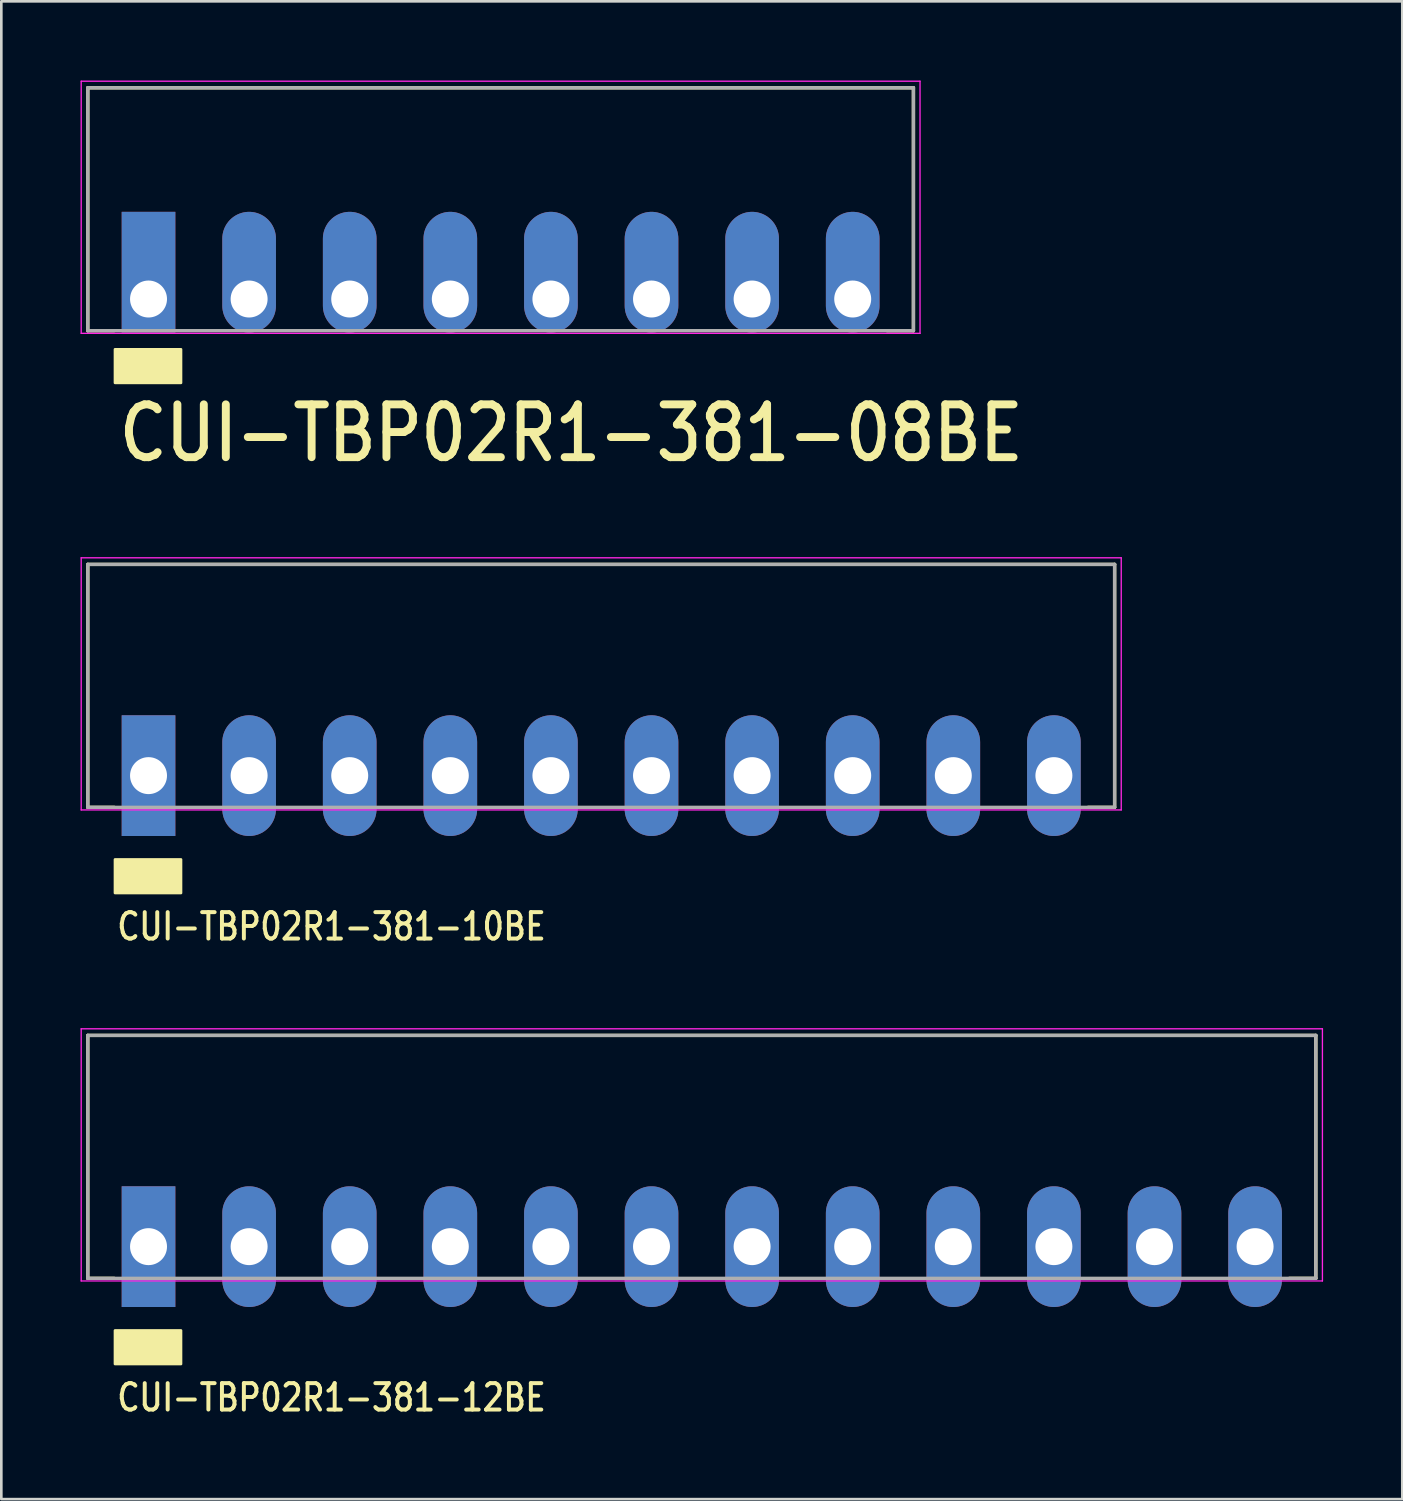
<source format=kicad_pcb>
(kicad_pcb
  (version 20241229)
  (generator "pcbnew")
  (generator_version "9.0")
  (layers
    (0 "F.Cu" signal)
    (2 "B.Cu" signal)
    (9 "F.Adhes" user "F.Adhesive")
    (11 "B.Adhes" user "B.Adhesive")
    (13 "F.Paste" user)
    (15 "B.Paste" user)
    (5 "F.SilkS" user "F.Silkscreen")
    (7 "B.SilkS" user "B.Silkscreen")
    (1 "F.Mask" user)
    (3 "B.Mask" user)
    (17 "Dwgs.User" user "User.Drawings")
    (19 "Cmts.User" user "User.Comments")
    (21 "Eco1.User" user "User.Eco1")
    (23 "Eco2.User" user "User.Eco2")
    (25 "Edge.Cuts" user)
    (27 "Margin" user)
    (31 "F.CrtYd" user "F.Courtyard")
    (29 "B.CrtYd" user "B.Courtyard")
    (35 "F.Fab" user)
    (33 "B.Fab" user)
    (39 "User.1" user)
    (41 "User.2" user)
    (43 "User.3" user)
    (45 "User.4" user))
  (footprint "CUI-TBP02R1-381-08BE"
    (layer "F.Cu")
    (at 2.575 8.275)
    (property "Reference" "CUI-TBP02R1-381-08BE" (at -1.27 5.08 0) (layer "F.SilkS") (effects (font (size 2 1.75) (thickness 0.3)) (justify left)))
    (attr through_hole)
    (fp_line (start -2.3 -8) (end 28.97 -8) (stroke (width 0.127) (type solid)) (layer "F.SilkS"))
    (fp_line (start -2.3 1.2) (end -2.3 -8) (stroke (width 0.127) (type solid)) (layer "F.SilkS"))
    (fp_line (start -2.3 1.2) (end -1.3 1.2) (stroke (width 0.127) (type solid)) (layer "F.SilkS"))
    (fp_line (start 28.97 -8) (end 28.97 1.2) (stroke (width 0.127) (type solid)) (layer "F.SilkS"))
    (fp_line (start 28.97 1.2) (end 27.97 1.2) (stroke (width 0.127) (type solid)) (layer "F.SilkS"))
    (fp_poly (pts (xy 1.23 3.175) (xy 1.23 1.905) (xy -1.27 1.905) (xy -1.27 3.175)) (stroke (width 0.1) (type solid)) (fill yes) (layer "F.SilkS"))
    (fp_line (start -2.55 -8.25) (end 29.22 -8.25) (stroke (width 0.05) (type solid)) (layer "F.CrtYd"))
    (fp_line (start -2.55 1.3) (end -2.55 -8.25) (stroke (width 0.05) (type solid)) (layer "F.CrtYd"))
    (fp_line (start 29.22 -8.25) (end 29.22 1.3) (stroke (width 0.05) (type solid)) (layer "F.CrtYd"))
    (fp_line (start 29.22 1.3) (end -2.55 1.3) (stroke (width 0.05) (type solid)) (layer "F.CrtYd"))
    (fp_line (start -2.3 -8) (end 28.97 -8) (stroke (width 0.127) (type solid)) (layer "F.Fab"))
    (fp_line (start -2.3 1.2) (end -2.3 -8) (stroke (width 0.127) (type solid)) (layer "F.Fab"))
    (fp_line (start 28.97 -8) (end 28.97 1.2) (stroke (width 0.127) (type solid)) (layer "F.Fab"))
    (fp_line (start 28.97 1.2) (end -2.3 1.2) (stroke (width 0.127) (type solid)) (layer "F.Fab"))
    (pad "1" thru_hole rect (at 0 0) (size 2.032 4.572) (drill 1.4 (offset 0 -1.016)) (layers "*.Cu" "*.Mask"))
    (pad "2" thru_hole oval (at 3.81 0) (size 2.032 4.572) (drill 1.4 (offset 0 -1.016)) (layers "*.Cu" "*.Mask"))
    (pad "3" thru_hole oval (at 7.62 0) (size 2.032 4.572) (drill 1.4 (offset 0 -1.016)) (layers "*.Cu" "*.Mask"))
    (pad "4" thru_hole oval (at 11.43 0) (size 2.032 4.572) (drill 1.4 (offset 0 -1.016)) (layers "*.Cu" "*.Mask"))
    (pad "5" thru_hole oval (at 15.24 0) (size 2.032 4.572) (drill 1.4 (offset 0 -1.016)) (layers "*.Cu" "*.Mask"))
    (pad "6" thru_hole oval (at 19.05 0) (size 2.032 4.572) (drill 1.4 (offset 0 -1.016)) (layers "*.Cu" "*.Mask"))
    (pad "7" thru_hole oval (at 22.86 0) (size 2.032 4.572) (drill 1.4 (offset 0 -1.016)) (layers "*.Cu" "*.Mask"))
    (pad "8" thru_hole oval (at 26.67 0) (size 2.032 4.572) (drill 1.4 (offset 0 -1.016)) (layers "*.Cu" "*.Mask")))
  (footprint "CUI-TBP02R1-381-10BE"
    (layer "F.Cu")
    (at 2.575 26.326)
    (property "Reference" "CUI-TBP02R1-381-10BE" (at -1.27 5.715 0) (layer "F.SilkS") (effects (font (size 1 0.83) (thickness 0.15)) (justify left)))
    (attr through_hole)
    (fp_line (start -2.3 -8) (end 36.59 -8) (stroke (width 0.127) (type solid)) (layer "F.SilkS"))
    (fp_line (start -2.3 1.2) (end -2.3 -8) (stroke (width 0.127) (type solid)) (layer "F.SilkS"))
    (fp_line (start -2.3 1.2) (end -1.3 1.2) (stroke (width 0.127) (type solid)) (layer "F.SilkS"))
    (fp_line (start 36.59 -8) (end 36.59 1.2) (stroke (width 0.127) (type solid)) (layer "F.SilkS"))
    (fp_line (start 36.59 1.2) (end 35.59 1.2) (stroke (width 0.127) (type solid)) (layer "F.SilkS"))
    (fp_poly (pts (xy 1.23 4.445) (xy 1.23 3.175) (xy -1.27 3.175) (xy -1.27 4.445)) (stroke (width 0.1) (type solid)) (fill yes) (layer "F.SilkS"))
    (fp_line (start -2.55 -8.25) (end 36.84 -8.25) (stroke (width 0.05) (type solid)) (layer "F.CrtYd"))
    (fp_line (start -2.55 1.3) (end -2.55 -8.25) (stroke (width 0.05) (type solid)) (layer "F.CrtYd"))
    (fp_line (start 36.84 -8.25) (end 36.84 1.3) (stroke (width 0.05) (type solid)) (layer "F.CrtYd"))
    (fp_line (start 36.84 1.3) (end -2.55 1.3) (stroke (width 0.05) (type solid)) (layer "F.CrtYd"))
    (fp_line (start -2.3 -8) (end 36.59 -8) (stroke (width 0.127) (type solid)) (layer "F.Fab"))
    (fp_line (start -2.3 1.2) (end -2.3 -8) (stroke (width 0.127) (type solid)) (layer "F.Fab"))
    (fp_line (start 36.59 -8) (end 36.59 1.2) (stroke (width 0.127) (type solid)) (layer "F.Fab"))
    (fp_line (start 36.59 1.2) (end -2.3 1.2) (stroke (width 0.127) (type solid)) (layer "F.Fab"))
    (pad "1" thru_hole rect (at 0 0) (size 2.032 4.572) (drill 1.4) (layers "*.Cu" "*.Mask"))
    (pad "2" thru_hole oval (at 3.81 0) (size 2.032 4.572) (drill 1.4) (layers "*.Cu" "*.Mask"))
    (pad "3" thru_hole oval (at 7.62 0) (size 2.032 4.572) (drill 1.4) (layers "*.Cu" "*.Mask"))
    (pad "4" thru_hole oval (at 11.43 0) (size 2.032 4.572) (drill 1.4) (layers "*.Cu" "*.Mask"))
    (pad "5" thru_hole oval (at 15.24 0) (size 2.032 4.572) (drill 1.4) (layers "*.Cu" "*.Mask"))
    (pad "6" thru_hole oval (at 19.05 0) (size 2.032 4.572) (drill 1.4) (layers "*.Cu" "*.Mask"))
    (pad "7" thru_hole oval (at 22.86 0) (size 2.032 4.572) (drill 1.4) (layers "*.Cu" "*.Mask"))
    (pad "8" thru_hole oval (at 26.67 0) (size 2.032 4.572) (drill 1.4) (layers "*.Cu" "*.Mask"))
    (pad "9" thru_hole oval (at 30.48 0) (size 2.032 4.572) (drill 1.4) (layers "*.Cu" "*.Mask"))
    (pad "10" thru_hole oval (at 34.29 0) (size 2.032 4.572) (drill 1.4) (layers "*.Cu" "*.Mask")))
  (footprint "CUI-TBP02R1-381-12BE"
    (layer "F.Cu")
    (at 2.575 44.165)
    (property "Reference" "CUI-TBP02R1-381-12BE" (at -1.27 5.715 0) (layer "F.SilkS") (effects (font (size 1 0.83) (thickness 0.15)) (justify left)))
    (attr through_hole)
    (fp_line (start -2.3 -8) (end 44.21 -8) (stroke (width 0.127) (type solid)) (layer "F.SilkS"))
    (fp_line (start -2.3 1.2) (end -2.3 -8) (stroke (width 0.127) (type solid)) (layer "F.SilkS"))
    (fp_line (start -2.3 1.2) (end -1.3 1.2) (stroke (width 0.127) (type solid)) (layer "F.SilkS"))
    (fp_line (start 44.21 -8) (end 44.21 1.2) (stroke (width 0.127) (type solid)) (layer "F.SilkS"))
    (fp_line (start 44.21 1.2) (end 43.21 1.2) (stroke (width 0.127) (type solid)) (layer "F.SilkS"))
    (fp_poly (pts (xy 1.23 4.445) (xy 1.23 3.175) (xy -1.27 3.175) (xy -1.27 4.445)) (stroke (width 0.1) (type solid)) (fill yes) (layer "F.SilkS"))
    (fp_line (start -2.55 -8.25) (end 44.46 -8.25) (stroke (width 0.05) (type solid)) (layer "F.CrtYd"))
    (fp_line (start -2.55 1.3) (end -2.55 -8.25) (stroke (width 0.05) (type solid)) (layer "F.CrtYd"))
    (fp_line (start 44.46 -8.25) (end 44.46 1.3) (stroke (width 0.05) (type solid)) (layer "F.CrtYd"))
    (fp_line (start 44.46 1.3) (end -2.55 1.3) (stroke (width 0.05) (type solid)) (layer "F.CrtYd"))
    (fp_line (start -2.3 -8) (end 44.21 -8) (stroke (width 0.127) (type solid)) (layer "F.Fab"))
    (fp_line (start -2.3 1.2) (end -2.3 -8) (stroke (width 0.127) (type solid)) (layer "F.Fab"))
    (fp_line (start 44.21 -8) (end 44.21 1.2) (stroke (width 0.127) (type solid)) (layer "F.Fab"))
    (fp_line (start 44.21 1.2) (end -2.3 1.2) (stroke (width 0.127) (type solid)) (layer "F.Fab"))
    (pad "1" thru_hole rect (at 0 0) (size 2.032 4.572) (drill 1.4) (layers "*.Cu" "*.Mask"))
    (pad "2" thru_hole oval (at 3.81 0) (size 2.032 4.572) (drill 1.4) (layers "*.Cu" "*.Mask"))
    (pad "3" thru_hole oval (at 7.62 0) (size 2.032 4.572) (drill 1.4) (layers "*.Cu" "*.Mask"))
    (pad "4" thru_hole oval (at 11.43 0) (size 2.032 4.572) (drill 1.4) (layers "*.Cu" "*.Mask"))
    (pad "5" thru_hole oval (at 15.24 0) (size 2.032 4.572) (drill 1.4) (layers "*.Cu" "*.Mask"))
    (pad "6" thru_hole oval (at 19.05 0) (size 2.032 4.572) (drill 1.4) (layers "*.Cu" "*.Mask"))
    (pad "7" thru_hole oval (at 22.86 0) (size 2.032 4.572) (drill 1.4) (layers "*.Cu" "*.Mask"))
    (pad "8" thru_hole oval (at 26.67 0) (size 2.032 4.572) (drill 1.4) (layers "*.Cu" "*.Mask"))
    (pad "9" thru_hole oval (at 30.48 0) (size 2.032 4.572) (drill 1.4) (layers "*.Cu" "*.Mask"))
    (pad "10" thru_hole oval (at 34.29 0) (size 2.032 4.572) (drill 1.4) (layers "*.Cu" "*.Mask"))
    (pad "11" thru_hole oval (at 38.1 0) (size 2.032 4.572) (drill 1.4) (layers "*.Cu" "*.Mask"))
    (pad "12" thru_hole oval (at 41.91 0) (size 2.032 4.572) (drill 1.4) (layers "*.Cu" "*.Mask")))
  (gr_rect
    (start -3 -3)
    (end 50.06 53.728)
    (stroke (width 0.1) (type default))
    (fill no)
    (layer "Edge.Cuts")))
</source>
